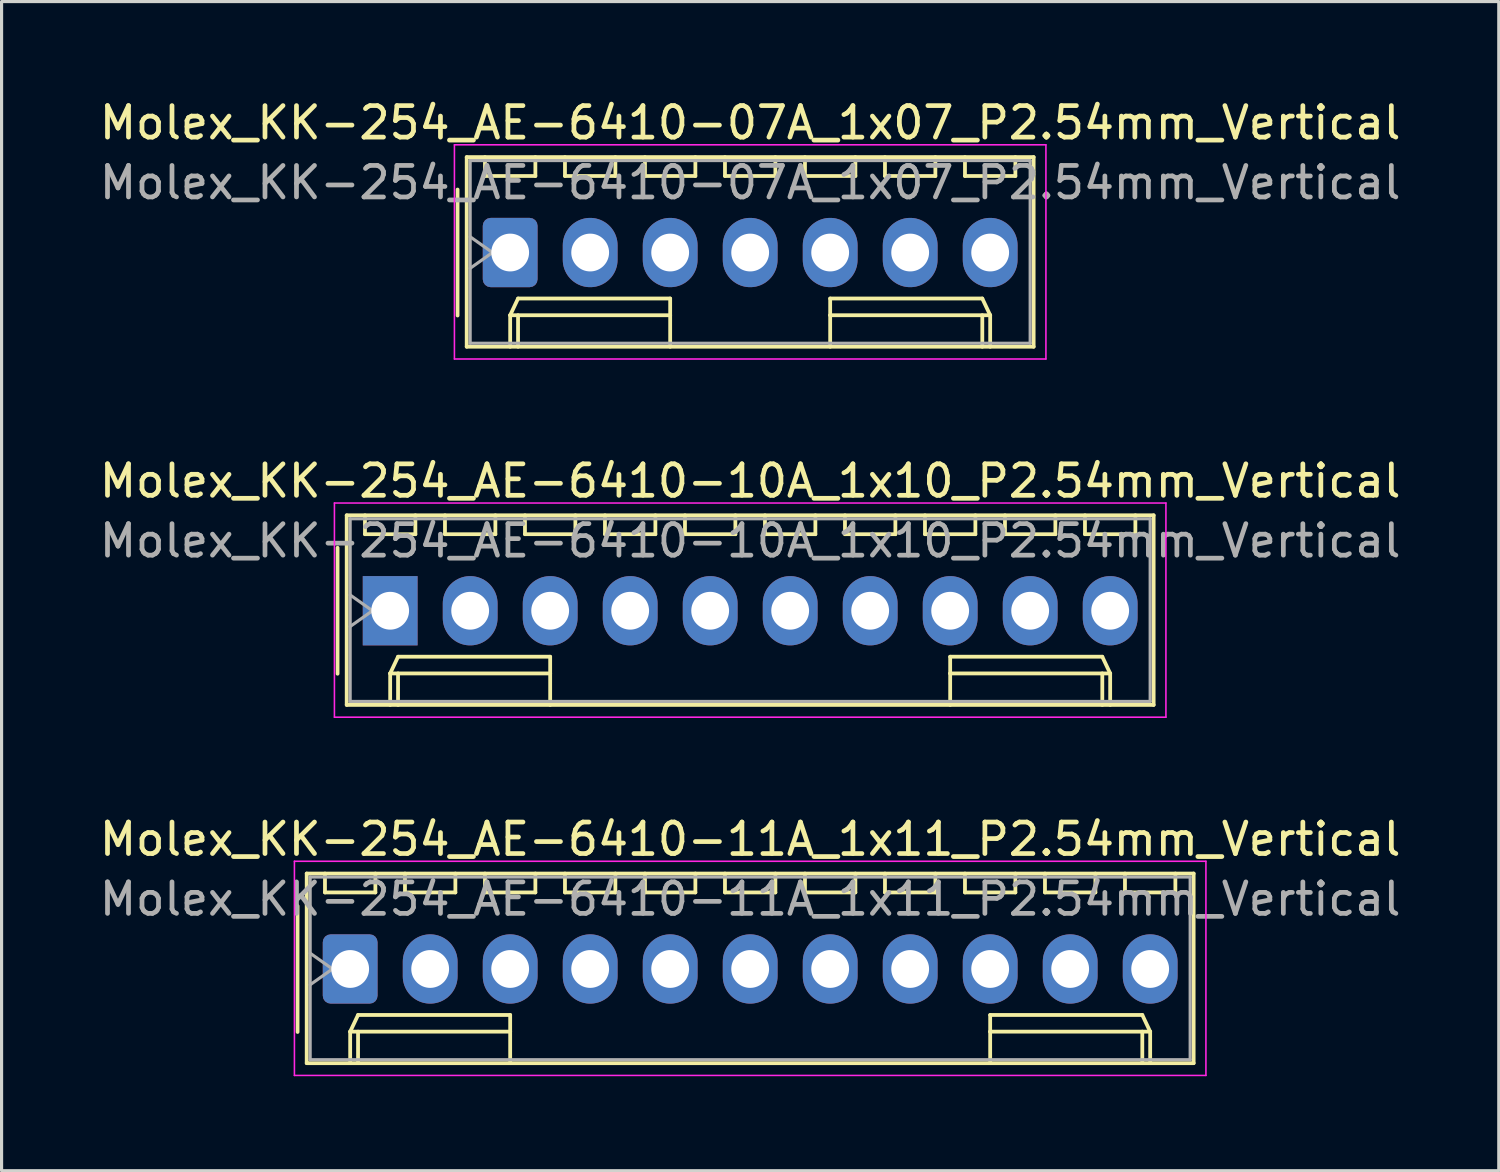
<source format=kicad_pcb>
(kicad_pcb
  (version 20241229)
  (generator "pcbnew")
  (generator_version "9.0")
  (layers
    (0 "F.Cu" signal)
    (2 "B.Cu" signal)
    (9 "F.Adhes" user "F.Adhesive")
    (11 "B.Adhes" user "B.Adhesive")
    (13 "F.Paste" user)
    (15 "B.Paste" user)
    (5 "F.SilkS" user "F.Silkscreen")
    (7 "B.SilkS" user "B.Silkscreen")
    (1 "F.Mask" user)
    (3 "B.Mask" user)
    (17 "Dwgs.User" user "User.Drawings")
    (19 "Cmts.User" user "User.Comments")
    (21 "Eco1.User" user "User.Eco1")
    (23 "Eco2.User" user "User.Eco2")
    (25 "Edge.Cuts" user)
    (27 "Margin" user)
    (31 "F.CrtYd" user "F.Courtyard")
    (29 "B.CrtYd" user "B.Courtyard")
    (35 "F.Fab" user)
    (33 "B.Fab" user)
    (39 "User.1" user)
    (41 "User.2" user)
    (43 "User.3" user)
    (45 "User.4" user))
  (footprint "Molex_KK-254_AE-6410-11A_1x11_P2.54mm_Vertical"
    (layer "F.Cu")
    (at 8.068 27.715)
    (property "Reference" "Molex_KK-254_AE-6410-11A_1x11_P2.54mm_Vertical" (at 12.7 -4.12 0) (layer "F.SilkS") (effects (font (size 1 1) (thickness 0.15))))
    (attr through_hole)
    (fp_line (start -1.67 -2) (end -1.67 2) (stroke (width 0.12) (type solid)) (layer "F.SilkS"))
    (fp_line (start -1.38 -3.03) (end -1.38 2.99) (stroke (width 0.12) (type solid)) (layer "F.SilkS"))
    (fp_line (start -1.38 2.99) (end 26.78 2.99) (stroke (width 0.12) (type solid)) (layer "F.SilkS"))
    (fp_line (start -0.8 -3.03) (end -0.8 -2.43) (stroke (width 0.12) (type solid)) (layer "F.SilkS"))
    (fp_line (start -0.8 -2.43) (end 0.8 -2.43) (stroke (width 0.12) (type solid)) (layer "F.SilkS"))
    (fp_line (start 0 1.99) (end 0.25 1.46) (stroke (width 0.12) (type solid)) (layer "F.SilkS"))
    (fp_line (start 0 1.99) (end 5.08 1.99) (stroke (width 0.12) (type solid)) (layer "F.SilkS"))
    (fp_line (start 0 2.99) (end 0 1.99) (stroke (width 0.12) (type solid)) (layer "F.SilkS"))
    (fp_line (start 0.25 1.46) (end 5.08 1.46) (stroke (width 0.12) (type solid)) (layer "F.SilkS"))
    (fp_line (start 0.25 2.99) (end 0.25 1.99) (stroke (width 0.12) (type solid)) (layer "F.SilkS"))
    (fp_line (start 0.8 -2.43) (end 0.8 -3.03) (stroke (width 0.12) (type solid)) (layer "F.SilkS"))
    (fp_line (start 1.74 -3.03) (end 1.74 -2.43) (stroke (width 0.12) (type solid)) (layer "F.SilkS"))
    (fp_line (start 1.74 -2.43) (end 3.34 -2.43) (stroke (width 0.12) (type solid)) (layer "F.SilkS"))
    (fp_line (start 3.34 -2.43) (end 3.34 -3.03) (stroke (width 0.12) (type solid)) (layer "F.SilkS"))
    (fp_line (start 4.28 -3.03) (end 4.28 -2.43) (stroke (width 0.12) (type solid)) (layer "F.SilkS"))
    (fp_line (start 4.28 -2.43) (end 5.88 -2.43) (stroke (width 0.12) (type solid)) (layer "F.SilkS"))
    (fp_line (start 5.08 1.46) (end 5.08 1.99) (stroke (width 0.12) (type solid)) (layer "F.SilkS"))
    (fp_line (start 5.08 1.99) (end 5.08 2.99) (stroke (width 0.12) (type solid)) (layer "F.SilkS"))
    (fp_line (start 5.88 -2.43) (end 5.88 -3.03) (stroke (width 0.12) (type solid)) (layer "F.SilkS"))
    (fp_line (start 6.82 -3.03) (end 6.82 -2.43) (stroke (width 0.12) (type solid)) (layer "F.SilkS"))
    (fp_line (start 6.82 -2.43) (end 8.42 -2.43) (stroke (width 0.12) (type solid)) (layer "F.SilkS"))
    (fp_line (start 8.42 -2.43) (end 8.42 -3.03) (stroke (width 0.12) (type solid)) (layer "F.SilkS"))
    (fp_line (start 9.36 -3.03) (end 9.36 -2.43) (stroke (width 0.12) (type solid)) (layer "F.SilkS"))
    (fp_line (start 9.36 -2.43) (end 10.96 -2.43) (stroke (width 0.12) (type solid)) (layer "F.SilkS"))
    (fp_line (start 10.96 -2.43) (end 10.96 -3.03) (stroke (width 0.12) (type solid)) (layer "F.SilkS"))
    (fp_line (start 11.9 -3.03) (end 11.9 -2.43) (stroke (width 0.12) (type solid)) (layer "F.SilkS"))
    (fp_line (start 11.9 -2.43) (end 13.5 -2.43) (stroke (width 0.12) (type solid)) (layer "F.SilkS"))
    (fp_line (start 13.5 -2.43) (end 13.5 -3.03) (stroke (width 0.12) (type solid)) (layer "F.SilkS"))
    (fp_line (start 14.44 -3.03) (end 14.44 -2.43) (stroke (width 0.12) (type solid)) (layer "F.SilkS"))
    (fp_line (start 14.44 -2.43) (end 16.04 -2.43) (stroke (width 0.12) (type solid)) (layer "F.SilkS"))
    (fp_line (start 16.04 -2.43) (end 16.04 -3.03) (stroke (width 0.12) (type solid)) (layer "F.SilkS"))
    (fp_line (start 16.98 -3.03) (end 16.98 -2.43) (stroke (width 0.12) (type solid)) (layer "F.SilkS"))
    (fp_line (start 16.98 -2.43) (end 18.58 -2.43) (stroke (width 0.12) (type solid)) (layer "F.SilkS"))
    (fp_line (start 18.58 -2.43) (end 18.58 -3.03) (stroke (width 0.12) (type solid)) (layer "F.SilkS"))
    (fp_line (start 19.52 -3.03) (end 19.52 -2.43) (stroke (width 0.12) (type solid)) (layer "F.SilkS"))
    (fp_line (start 19.52 -2.43) (end 21.12 -2.43) (stroke (width 0.12) (type solid)) (layer "F.SilkS"))
    (fp_line (start 20.32 1.46) (end 20.32 1.99) (stroke (width 0.12) (type solid)) (layer "F.SilkS"))
    (fp_line (start 20.32 1.99) (end 20.32 2.99) (stroke (width 0.12) (type solid)) (layer "F.SilkS"))
    (fp_line (start 21.12 -2.43) (end 21.12 -3.03) (stroke (width 0.12) (type solid)) (layer "F.SilkS"))
    (fp_line (start 22.06 -3.03) (end 22.06 -2.43) (stroke (width 0.12) (type solid)) (layer "F.SilkS"))
    (fp_line (start 22.06 -2.43) (end 23.66 -2.43) (stroke (width 0.12) (type solid)) (layer "F.SilkS"))
    (fp_line (start 23.66 -2.43) (end 23.66 -3.03) (stroke (width 0.12) (type solid)) (layer "F.SilkS"))
    (fp_line (start 24.6 -3.03) (end 24.6 -2.43) (stroke (width 0.12) (type solid)) (layer "F.SilkS"))
    (fp_line (start 24.6 -2.43) (end 26.2 -2.43) (stroke (width 0.12) (type solid)) (layer "F.SilkS"))
    (fp_line (start 25.15 1.46) (end 20.32 1.46) (stroke (width 0.12) (type solid)) (layer "F.SilkS"))
    (fp_line (start 25.15 2.99) (end 25.15 1.99) (stroke (width 0.12) (type solid)) (layer "F.SilkS"))
    (fp_line (start 25.4 1.99) (end 20.32 1.99) (stroke (width 0.12) (type solid)) (layer "F.SilkS"))
    (fp_line (start 25.4 1.99) (end 25.15 1.46) (stroke (width 0.12) (type solid)) (layer "F.SilkS"))
    (fp_line (start 25.4 2.99) (end 25.4 1.99) (stroke (width 0.12) (type solid)) (layer "F.SilkS"))
    (fp_line (start 26.2 -2.43) (end 26.2 -3.03) (stroke (width 0.12) (type solid)) (layer "F.SilkS"))
    (fp_line (start 26.78 -3.03) (end -1.38 -3.03) (stroke (width 0.12) (type solid)) (layer "F.SilkS"))
    (fp_line (start 26.78 2.99) (end 26.78 -3.03) (stroke (width 0.12) (type solid)) (layer "F.SilkS"))
    (fp_line (start -1.77 -3.42) (end -1.77 3.38) (stroke (width 0.05) (type solid)) (layer "F.CrtYd"))
    (fp_line (start -1.77 3.38) (end 27.17 3.38) (stroke (width 0.05) (type solid)) (layer "F.CrtYd"))
    (fp_line (start 27.17 -3.42) (end -1.77 -3.42) (stroke (width 0.05) (type solid)) (layer "F.CrtYd"))
    (fp_line (start 27.17 3.38) (end 27.17 -3.42) (stroke (width 0.05) (type solid)) (layer "F.CrtYd"))
    (fp_line (start -1.27 -2.92) (end -1.27 2.88) (stroke (width 0.1) (type solid)) (layer "F.Fab"))
    (fp_line (start -1.27 -0.5) (end -0.563 0) (stroke (width 0.1) (type solid)) (layer "F.Fab"))
    (fp_line (start -1.27 2.88) (end 26.67 2.88) (stroke (width 0.1) (type solid)) (layer "F.Fab"))
    (fp_line (start -0.563 0) (end -1.27 0.5) (stroke (width 0.1) (type solid)) (layer "F.Fab"))
    (fp_line (start 26.67 -2.92) (end -1.27 -2.92) (stroke (width 0.1) (type solid)) (layer "F.Fab"))
    (fp_line (start 26.67 2.88) (end 26.67 -2.92) (stroke (width 0.1) (type solid)) (layer "F.Fab"))
    (fp_text user "${REFERENCE}" (at 12.7 -2.22 0) (layer "F.Fab") (effects (font (size 1 1) (thickness 0.15))))
    (pad "1" thru_hole roundrect (at 0 0) (size 1.74 2.2) (drill 1.2) (layers "*.Cu" "*.Mask") (roundrect_rratio 0.144))
    (pad "2" thru_hole oval (at 2.54 0) (size 1.74 2.2) (drill 1.2) (layers "*.Cu" "*.Mask"))
    (pad "3" thru_hole oval (at 5.08 0) (size 1.74 2.2) (drill 1.2) (layers "*.Cu" "*.Mask"))
    (pad "4" thru_hole oval (at 7.62 0) (size 1.74 2.2) (drill 1.2) (layers "*.Cu" "*.Mask"))
    (pad "5" thru_hole oval (at 10.16 0) (size 1.74 2.2) (drill 1.2) (layers "*.Cu" "*.Mask"))
    (pad "6" thru_hole oval (at 12.7 0) (size 1.74 2.2) (drill 1.2) (layers "*.Cu" "*.Mask"))
    (pad "7" thru_hole oval (at 15.24 0) (size 1.74 2.2) (drill 1.2) (layers "*.Cu" "*.Mask"))
    (pad "8" thru_hole oval (at 17.78 0) (size 1.74 2.2) (drill 1.2) (layers "*.Cu" "*.Mask"))
    (pad "9" thru_hole oval (at 20.32 0) (size 1.74 2.2) (drill 1.2) (layers "*.Cu" "*.Mask"))
    (pad "10" thru_hole oval (at 22.86 0) (size 1.74 2.2) (drill 1.2) (layers "*.Cu" "*.Mask"))
    (pad "11" thru_hole oval (at 25.4 0) (size 1.74 2.2) (drill 1.2) (layers "*.Cu" "*.Mask")))
  (footprint "Molex_KK-254_AE-6410-07A_1x07_P2.54mm_Vertical"
    (layer "F.Cu")
    (at 13.148 4.968)
    (property "Reference" "Molex_KK-254_AE-6410-07A_1x07_P2.54mm_Vertical" (at 7.62 -4.12 0) (layer "F.SilkS") (effects (font (size 1 1) (thickness 0.15))))
    (attr through_hole)
    (fp_line (start -1.67 -2) (end -1.67 2) (stroke (width 0.12) (type solid)) (layer "F.SilkS"))
    (fp_line (start -1.38 -3.03) (end -1.38 2.99) (stroke (width 0.12) (type solid)) (layer "F.SilkS"))
    (fp_line (start -1.38 2.99) (end 16.62 2.99) (stroke (width 0.12) (type solid)) (layer "F.SilkS"))
    (fp_line (start -0.8 -3.03) (end -0.8 -2.43) (stroke (width 0.12) (type solid)) (layer "F.SilkS"))
    (fp_line (start -0.8 -2.43) (end 0.8 -2.43) (stroke (width 0.12) (type solid)) (layer "F.SilkS"))
    (fp_line (start 0 1.99) (end 0.25 1.46) (stroke (width 0.12) (type solid)) (layer "F.SilkS"))
    (fp_line (start 0 1.99) (end 5.08 1.99) (stroke (width 0.12) (type solid)) (layer "F.SilkS"))
    (fp_line (start 0 2.99) (end 0 1.99) (stroke (width 0.12) (type solid)) (layer "F.SilkS"))
    (fp_line (start 0.25 1.46) (end 5.08 1.46) (stroke (width 0.12) (type solid)) (layer "F.SilkS"))
    (fp_line (start 0.25 2.99) (end 0.25 1.99) (stroke (width 0.12) (type solid)) (layer "F.SilkS"))
    (fp_line (start 0.8 -2.43) (end 0.8 -3.03) (stroke (width 0.12) (type solid)) (layer "F.SilkS"))
    (fp_line (start 1.74 -3.03) (end 1.74 -2.43) (stroke (width 0.12) (type solid)) (layer "F.SilkS"))
    (fp_line (start 1.74 -2.43) (end 3.34 -2.43) (stroke (width 0.12) (type solid)) (layer "F.SilkS"))
    (fp_line (start 3.34 -2.43) (end 3.34 -3.03) (stroke (width 0.12) (type solid)) (layer "F.SilkS"))
    (fp_line (start 4.28 -3.03) (end 4.28 -2.43) (stroke (width 0.12) (type solid)) (layer "F.SilkS"))
    (fp_line (start 4.28 -2.43) (end 5.88 -2.43) (stroke (width 0.12) (type solid)) (layer "F.SilkS"))
    (fp_line (start 5.08 1.46) (end 5.08 1.99) (stroke (width 0.12) (type solid)) (layer "F.SilkS"))
    (fp_line (start 5.08 1.99) (end 5.08 2.99) (stroke (width 0.12) (type solid)) (layer "F.SilkS"))
    (fp_line (start 5.88 -2.43) (end 5.88 -3.03) (stroke (width 0.12) (type solid)) (layer "F.SilkS"))
    (fp_line (start 6.82 -3.03) (end 6.82 -2.43) (stroke (width 0.12) (type solid)) (layer "F.SilkS"))
    (fp_line (start 6.82 -2.43) (end 8.42 -2.43) (stroke (width 0.12) (type solid)) (layer "F.SilkS"))
    (fp_line (start 8.42 -2.43) (end 8.42 -3.03) (stroke (width 0.12) (type solid)) (layer "F.SilkS"))
    (fp_line (start 9.36 -3.03) (end 9.36 -2.43) (stroke (width 0.12) (type solid)) (layer "F.SilkS"))
    (fp_line (start 9.36 -2.43) (end 10.96 -2.43) (stroke (width 0.12) (type solid)) (layer "F.SilkS"))
    (fp_line (start 10.16 1.46) (end 10.16 1.99) (stroke (width 0.12) (type solid)) (layer "F.SilkS"))
    (fp_line (start 10.16 1.99) (end 10.16 2.99) (stroke (width 0.12) (type solid)) (layer "F.SilkS"))
    (fp_line (start 10.96 -2.43) (end 10.96 -3.03) (stroke (width 0.12) (type solid)) (layer "F.SilkS"))
    (fp_line (start 11.9 -3.03) (end 11.9 -2.43) (stroke (width 0.12) (type solid)) (layer "F.SilkS"))
    (fp_line (start 11.9 -2.43) (end 13.5 -2.43) (stroke (width 0.12) (type solid)) (layer "F.SilkS"))
    (fp_line (start 13.5 -2.43) (end 13.5 -3.03) (stroke (width 0.12) (type solid)) (layer "F.SilkS"))
    (fp_line (start 14.44 -3.03) (end 14.44 -2.43) (stroke (width 0.12) (type solid)) (layer "F.SilkS"))
    (fp_line (start 14.44 -2.43) (end 16.04 -2.43) (stroke (width 0.12) (type solid)) (layer "F.SilkS"))
    (fp_line (start 14.99 1.46) (end 10.16 1.46) (stroke (width 0.12) (type solid)) (layer "F.SilkS"))
    (fp_line (start 14.99 2.99) (end 14.99 1.99) (stroke (width 0.12) (type solid)) (layer "F.SilkS"))
    (fp_line (start 15.24 1.99) (end 10.16 1.99) (stroke (width 0.12) (type solid)) (layer "F.SilkS"))
    (fp_line (start 15.24 1.99) (end 14.99 1.46) (stroke (width 0.12) (type solid)) (layer "F.SilkS"))
    (fp_line (start 15.24 2.99) (end 15.24 1.99) (stroke (width 0.12) (type solid)) (layer "F.SilkS"))
    (fp_line (start 16.04 -2.43) (end 16.04 -3.03) (stroke (width 0.12) (type solid)) (layer "F.SilkS"))
    (fp_line (start 16.62 -3.03) (end -1.38 -3.03) (stroke (width 0.12) (type solid)) (layer "F.SilkS"))
    (fp_line (start 16.62 2.99) (end 16.62 -3.03) (stroke (width 0.12) (type solid)) (layer "F.SilkS"))
    (fp_line (start -1.77 -3.42) (end -1.77 3.38) (stroke (width 0.05) (type solid)) (layer "F.CrtYd"))
    (fp_line (start -1.77 3.38) (end 17.01 3.38) (stroke (width 0.05) (type solid)) (layer "F.CrtYd"))
    (fp_line (start 17.01 -3.42) (end -1.77 -3.42) (stroke (width 0.05) (type solid)) (layer "F.CrtYd"))
    (fp_line (start 17.01 3.38) (end 17.01 -3.42) (stroke (width 0.05) (type solid)) (layer "F.CrtYd"))
    (fp_line (start -1.27 -2.92) (end -1.27 2.88) (stroke (width 0.1) (type solid)) (layer "F.Fab"))
    (fp_line (start -1.27 -0.5) (end -0.563 0) (stroke (width 0.1) (type solid)) (layer "F.Fab"))
    (fp_line (start -1.27 2.88) (end 16.51 2.88) (stroke (width 0.1) (type solid)) (layer "F.Fab"))
    (fp_line (start -0.563 0) (end -1.27 0.5) (stroke (width 0.1) (type solid)) (layer "F.Fab"))
    (fp_line (start 16.51 -2.92) (end -1.27 -2.92) (stroke (width 0.1) (type solid)) (layer "F.Fab"))
    (fp_line (start 16.51 2.88) (end 16.51 -2.92) (stroke (width 0.1) (type solid)) (layer "F.Fab"))
    (fp_text user "${REFERENCE}" (at 7.62 -2.22 0) (layer "F.Fab") (effects (font (size 1 1) (thickness 0.15))))
    (pad "1" thru_hole roundrect (at 0 0) (size 1.74 2.2) (drill 1.2) (layers "*.Cu" "*.Mask") (roundrect_rratio 0.144))
    (pad "2" thru_hole oval (at 2.54 0) (size 1.74 2.2) (drill 1.2) (layers "*.Cu" "*.Mask"))
    (pad "3" thru_hole oval (at 5.08 0) (size 1.74 2.2) (drill 1.2) (layers "*.Cu" "*.Mask"))
    (pad "4" thru_hole oval (at 7.62 0) (size 1.74 2.2) (drill 1.2) (layers "*.Cu" "*.Mask"))
    (pad "5" thru_hole oval (at 10.16 0) (size 1.74 2.2) (drill 1.2) (layers "*.Cu" "*.Mask"))
    (pad "6" thru_hole oval (at 12.7 0) (size 1.74 2.2) (drill 1.2) (layers "*.Cu" "*.Mask"))
    (pad "7" thru_hole oval (at 15.24 0) (size 1.74 2.2) (drill 1.2) (layers "*.Cu" "*.Mask")))
  (footprint "Molex_KK-254_AE-6410-10A_1x10_P2.54mm_Vertical"
    (layer "F.Cu")
    (at 9.338 16.341)
    (property "Reference" "Molex_KK-254_AE-6410-10A_1x10_P2.54mm_Vertical" (at 11.43 -4.12 0) (layer "F.SilkS") (effects (font (size 1 1) (thickness 0.15))))
    (attr through_hole)
    (fp_line (start -1.67 -2) (end -1.67 2) (stroke (width 0.12) (type solid)) (layer "F.SilkS"))
    (fp_line (start -1.38 -3.03) (end -1.38 2.99) (stroke (width 0.12) (type solid)) (layer "F.SilkS"))
    (fp_line (start -1.38 2.99) (end 24.24 2.99) (stroke (width 0.12) (type solid)) (layer "F.SilkS"))
    (fp_line (start -0.8 -3.03) (end -0.8 -2.43) (stroke (width 0.12) (type solid)) (layer "F.SilkS"))
    (fp_line (start -0.8 -2.43) (end 0.8 -2.43) (stroke (width 0.12) (type solid)) (layer "F.SilkS"))
    (fp_line (start 0 1.99) (end 0.25 1.46) (stroke (width 0.12) (type solid)) (layer "F.SilkS"))
    (fp_line (start 0 1.99) (end 5.08 1.99) (stroke (width 0.12) (type solid)) (layer "F.SilkS"))
    (fp_line (start 0 2.99) (end 0 1.99) (stroke (width 0.12) (type solid)) (layer "F.SilkS"))
    (fp_line (start 0.25 1.46) (end 5.08 1.46) (stroke (width 0.12) (type solid)) (layer "F.SilkS"))
    (fp_line (start 0.25 2.99) (end 0.25 1.99) (stroke (width 0.12) (type solid)) (layer "F.SilkS"))
    (fp_line (start 0.8 -2.43) (end 0.8 -3.03) (stroke (width 0.12) (type solid)) (layer "F.SilkS"))
    (fp_line (start 1.74 -3.03) (end 1.74 -2.43) (stroke (width 0.12) (type solid)) (layer "F.SilkS"))
    (fp_line (start 1.74 -2.43) (end 3.34 -2.43) (stroke (width 0.12) (type solid)) (layer "F.SilkS"))
    (fp_line (start 3.34 -2.43) (end 3.34 -3.03) (stroke (width 0.12) (type solid)) (layer "F.SilkS"))
    (fp_line (start 4.28 -3.03) (end 4.28 -2.43) (stroke (width 0.12) (type solid)) (layer "F.SilkS"))
    (fp_line (start 4.28 -2.43) (end 5.88 -2.43) (stroke (width 0.12) (type solid)) (layer "F.SilkS"))
    (fp_line (start 5.08 1.46) (end 5.08 1.99) (stroke (width 0.12) (type solid)) (layer "F.SilkS"))
    (fp_line (start 5.08 1.99) (end 5.08 2.99) (stroke (width 0.12) (type solid)) (layer "F.SilkS"))
    (fp_line (start 5.88 -2.43) (end 5.88 -3.03) (stroke (width 0.12) (type solid)) (layer "F.SilkS"))
    (fp_line (start 6.82 -3.03) (end 6.82 -2.43) (stroke (width 0.12) (type solid)) (layer "F.SilkS"))
    (fp_line (start 6.82 -2.43) (end 8.42 -2.43) (stroke (width 0.12) (type solid)) (layer "F.SilkS"))
    (fp_line (start 8.42 -2.43) (end 8.42 -3.03) (stroke (width 0.12) (type solid)) (layer "F.SilkS"))
    (fp_line (start 9.36 -3.03) (end 9.36 -2.43) (stroke (width 0.12) (type solid)) (layer "F.SilkS"))
    (fp_line (start 9.36 -2.43) (end 10.96 -2.43) (stroke (width 0.12) (type solid)) (layer "F.SilkS"))
    (fp_line (start 10.96 -2.43) (end 10.96 -3.03) (stroke (width 0.12) (type solid)) (layer "F.SilkS"))
    (fp_line (start 11.9 -3.03) (end 11.9 -2.43) (stroke (width 0.12) (type solid)) (layer "F.SilkS"))
    (fp_line (start 11.9 -2.43) (end 13.5 -2.43) (stroke (width 0.12) (type solid)) (layer "F.SilkS"))
    (fp_line (start 13.5 -2.43) (end 13.5 -3.03) (stroke (width 0.12) (type solid)) (layer "F.SilkS"))
    (fp_line (start 14.44 -3.03) (end 14.44 -2.43) (stroke (width 0.12) (type solid)) (layer "F.SilkS"))
    (fp_line (start 14.44 -2.43) (end 16.04 -2.43) (stroke (width 0.12) (type solid)) (layer "F.SilkS"))
    (fp_line (start 16.04 -2.43) (end 16.04 -3.03) (stroke (width 0.12) (type solid)) (layer "F.SilkS"))
    (fp_line (start 16.98 -3.03) (end 16.98 -2.43) (stroke (width 0.12) (type solid)) (layer "F.SilkS"))
    (fp_line (start 16.98 -2.43) (end 18.58 -2.43) (stroke (width 0.12) (type solid)) (layer "F.SilkS"))
    (fp_line (start 17.78 1.46) (end 17.78 1.99) (stroke (width 0.12) (type solid)) (layer "F.SilkS"))
    (fp_line (start 17.78 1.99) (end 17.78 2.99) (stroke (width 0.12) (type solid)) (layer "F.SilkS"))
    (fp_line (start 18.58 -2.43) (end 18.58 -3.03) (stroke (width 0.12) (type solid)) (layer "F.SilkS"))
    (fp_line (start 19.52 -3.03) (end 19.52 -2.43) (stroke (width 0.12) (type solid)) (layer "F.SilkS"))
    (fp_line (start 19.52 -2.43) (end 21.12 -2.43) (stroke (width 0.12) (type solid)) (layer "F.SilkS"))
    (fp_line (start 21.12 -2.43) (end 21.12 -3.03) (stroke (width 0.12) (type solid)) (layer "F.SilkS"))
    (fp_line (start 22.06 -3.03) (end 22.06 -2.43) (stroke (width 0.12) (type solid)) (layer "F.SilkS"))
    (fp_line (start 22.06 -2.43) (end 23.66 -2.43) (stroke (width 0.12) (type solid)) (layer "F.SilkS"))
    (fp_line (start 22.61 1.46) (end 17.78 1.46) (stroke (width 0.12) (type solid)) (layer "F.SilkS"))
    (fp_line (start 22.61 2.99) (end 22.61 1.99) (stroke (width 0.12) (type solid)) (layer "F.SilkS"))
    (fp_line (start 22.86 1.99) (end 17.78 1.99) (stroke (width 0.12) (type solid)) (layer "F.SilkS"))
    (fp_line (start 22.86 1.99) (end 22.61 1.46) (stroke (width 0.12) (type solid)) (layer "F.SilkS"))
    (fp_line (start 22.86 2.99) (end 22.86 1.99) (stroke (width 0.12) (type solid)) (layer "F.SilkS"))
    (fp_line (start 23.66 -2.43) (end 23.66 -3.03) (stroke (width 0.12) (type solid)) (layer "F.SilkS"))
    (fp_line (start 24.24 -3.03) (end -1.38 -3.03) (stroke (width 0.12) (type solid)) (layer "F.SilkS"))
    (fp_line (start 24.24 2.99) (end 24.24 -3.03) (stroke (width 0.12) (type solid)) (layer "F.SilkS"))
    (fp_line (start -1.77 -3.42) (end -1.77 3.38) (stroke (width 0.05) (type solid)) (layer "F.CrtYd"))
    (fp_line (start -1.77 3.38) (end 24.63 3.38) (stroke (width 0.05) (type solid)) (layer "F.CrtYd"))
    (fp_line (start 24.63 -3.42) (end -1.77 -3.42) (stroke (width 0.05) (type solid)) (layer "F.CrtYd"))
    (fp_line (start 24.63 3.38) (end 24.63 -3.42) (stroke (width 0.05) (type solid)) (layer "F.CrtYd"))
    (fp_line (start -1.27 -2.92) (end -1.27 2.88) (stroke (width 0.1) (type solid)) (layer "F.Fab"))
    (fp_line (start -1.27 -0.5) (end -0.563 0) (stroke (width 0.1) (type solid)) (layer "F.Fab"))
    (fp_line (start -1.27 2.88) (end 24.13 2.88) (stroke (width 0.1) (type solid)) (layer "F.Fab"))
    (fp_line (start -0.563 0) (end -1.27 0.5) (stroke (width 0.1) (type solid)) (layer "F.Fab"))
    (fp_line (start 24.13 -2.92) (end -1.27 -2.92) (stroke (width 0.1) (type solid)) (layer "F.Fab"))
    (fp_line (start 24.13 2.88) (end 24.13 -2.92) (stroke (width 0.1) (type solid)) (layer "F.Fab"))
    (fp_text user "${REFERENCE}" (at 11.43 -2.22 0) (layer "F.Fab") (effects (font (size 1 1) (thickness 0.15))))
    (pad "1" thru_hole rect (at 0 0) (size 1.74 2.2) (drill 1.2) (layers "*.Cu" "*.Mask"))
    (pad "2" thru_hole oval (at 2.54 0) (size 1.74 2.2) (drill 1.2) (layers "*.Cu" "*.Mask"))
    (pad "3" thru_hole oval (at 5.08 0) (size 1.74 2.2) (drill 1.2) (layers "*.Cu" "*.Mask"))
    (pad "4" thru_hole oval (at 7.62 0) (size 1.74 2.2) (drill 1.2) (layers "*.Cu" "*.Mask"))
    (pad "5" thru_hole oval (at 10.16 0) (size 1.74 2.2) (drill 1.2) (layers "*.Cu" "*.Mask"))
    (pad "6" thru_hole oval (at 12.7 0) (size 1.74 2.2) (drill 1.2) (layers "*.Cu" "*.Mask"))
    (pad "7" thru_hole oval (at 15.24 0) (size 1.74 2.2) (drill 1.2) (layers "*.Cu" "*.Mask"))
    (pad "8" thru_hole oval (at 17.78 0) (size 1.74 2.2) (drill 1.2) (layers "*.Cu" "*.Mask"))
    (pad "9" thru_hole oval (at 20.32 0) (size 1.74 2.2) (drill 1.2) (layers "*.Cu" "*.Mask"))
    (pad "10" thru_hole oval (at 22.86 0) (size 1.74 2.2) (drill 1.2) (layers "*.Cu" "*.Mask")))
  (gr_rect
    (start -3 -3)
    (end 44.536 34.12)
    (stroke (width 0.1) (type default))
    (fill no)
    (layer "Edge.Cuts")))
</source>
